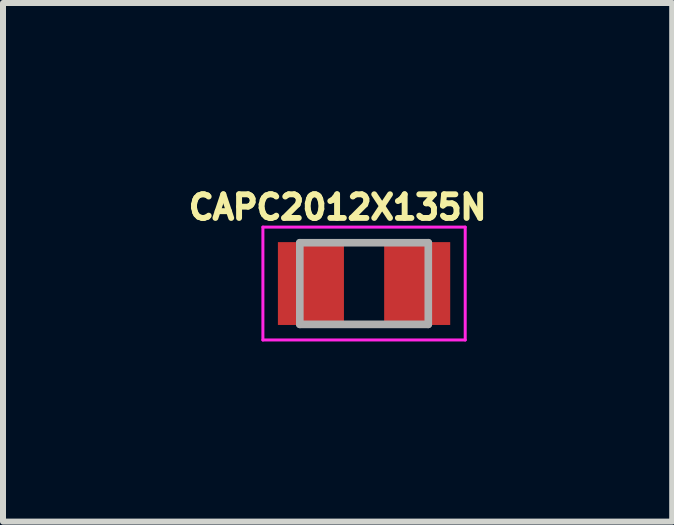
<source format=kicad_pcb>
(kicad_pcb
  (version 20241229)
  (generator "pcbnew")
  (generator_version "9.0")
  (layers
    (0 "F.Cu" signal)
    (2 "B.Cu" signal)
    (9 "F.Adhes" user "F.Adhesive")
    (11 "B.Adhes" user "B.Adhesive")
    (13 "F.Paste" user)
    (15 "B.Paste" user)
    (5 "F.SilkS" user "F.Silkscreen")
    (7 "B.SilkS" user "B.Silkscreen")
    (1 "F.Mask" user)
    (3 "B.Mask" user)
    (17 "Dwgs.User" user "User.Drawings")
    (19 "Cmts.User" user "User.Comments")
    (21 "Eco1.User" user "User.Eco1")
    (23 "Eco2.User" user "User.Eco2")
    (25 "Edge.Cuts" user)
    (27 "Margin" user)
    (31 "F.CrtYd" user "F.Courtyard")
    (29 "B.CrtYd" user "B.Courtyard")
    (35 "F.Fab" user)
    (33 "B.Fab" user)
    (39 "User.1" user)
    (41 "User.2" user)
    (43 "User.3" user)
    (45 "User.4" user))
  (footprint "CAPC2012X135N"
    (layer "F.Cu")
    (at 3.014 1.673)
    (property "Reference" "CAPC2012X135N" (at -0.44 -1.27 0) (layer "F.SilkS") (effects (font (size 0.394 0.394) (thickness 0.15))))
    (attr through_hole)
    (fp_line (start -1.685 -0.94) (end 1.685 -0.94) (stroke (width 0.05) (type solid)) (layer "F.CrtYd"))
    (fp_line (start -1.685 0.94) (end -1.685 -0.94) (stroke (width 0.05) (type solid)) (layer "F.CrtYd"))
    (fp_line (start -1.685 0.94) (end 1.685 0.94) (stroke (width 0.05) (type solid)) (layer "F.CrtYd"))
    (fp_line (start 1.685 0.94) (end 1.685 -0.94) (stroke (width 0.05) (type solid)) (layer "F.CrtYd"))
    (fp_line (start -1.07 0.68) (end -1.07 -0.68) (stroke (width 0.127) (type solid)) (layer "F.Fab"))
    (fp_line (start 1.07 -0.68) (end -1.07 -0.68) (stroke (width 0.127) (type solid)) (layer "F.Fab"))
    (fp_line (start 1.07 0.68) (end -1.07 0.68) (stroke (width 0.127) (type solid)) (layer "F.Fab"))
    (fp_line (start 1.07 0.68) (end 1.07 -0.68) (stroke (width 0.127) (type solid)) (layer "F.Fab"))
    (pad "1" smd rect (at -0.885 0) (size 1.1 1.38) (layers "F.Cu" "F.Mask" "F.Paste"))
    (pad "2" smd rect (at 0.885 0) (size 1.1 1.38) (layers "F.Cu" "F.Mask" "F.Paste")))
  (gr_rect
    (start -3 -3)
    (end 8.147 5.638)
    (stroke (width 0.1) (type default))
    (fill no)
    (layer "Edge.Cuts")))
</source>
